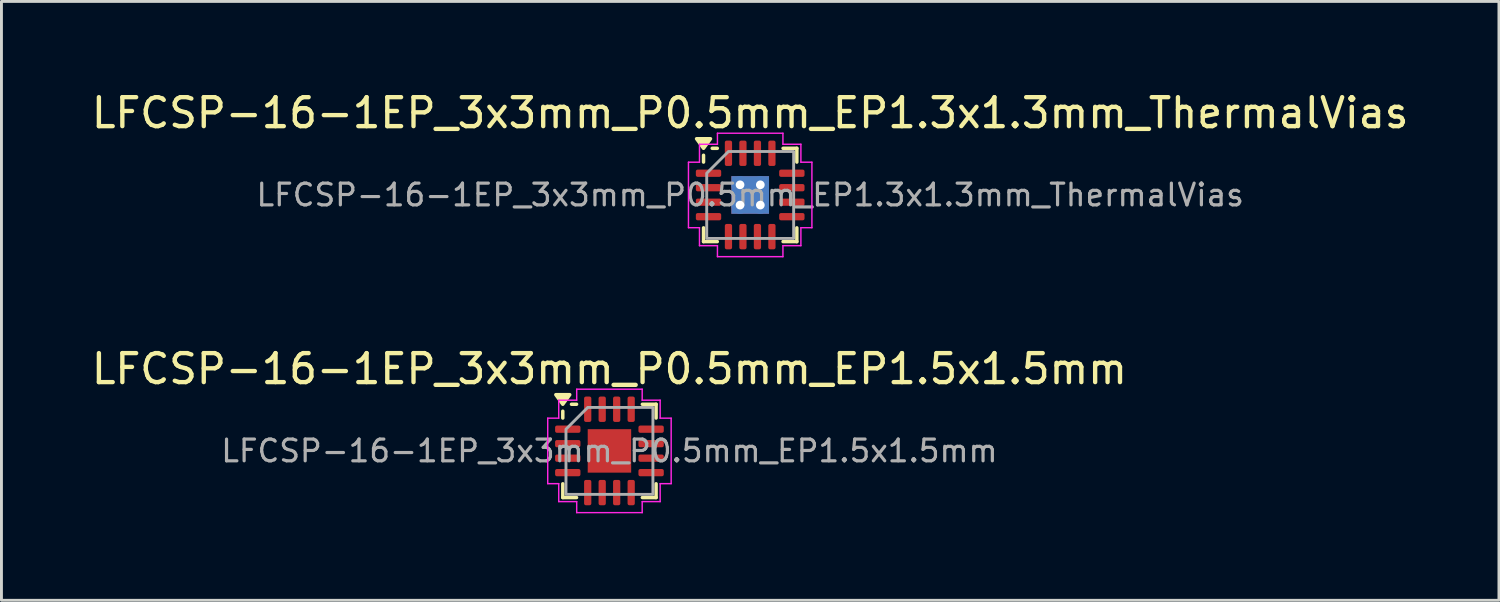
<source format=kicad_pcb>
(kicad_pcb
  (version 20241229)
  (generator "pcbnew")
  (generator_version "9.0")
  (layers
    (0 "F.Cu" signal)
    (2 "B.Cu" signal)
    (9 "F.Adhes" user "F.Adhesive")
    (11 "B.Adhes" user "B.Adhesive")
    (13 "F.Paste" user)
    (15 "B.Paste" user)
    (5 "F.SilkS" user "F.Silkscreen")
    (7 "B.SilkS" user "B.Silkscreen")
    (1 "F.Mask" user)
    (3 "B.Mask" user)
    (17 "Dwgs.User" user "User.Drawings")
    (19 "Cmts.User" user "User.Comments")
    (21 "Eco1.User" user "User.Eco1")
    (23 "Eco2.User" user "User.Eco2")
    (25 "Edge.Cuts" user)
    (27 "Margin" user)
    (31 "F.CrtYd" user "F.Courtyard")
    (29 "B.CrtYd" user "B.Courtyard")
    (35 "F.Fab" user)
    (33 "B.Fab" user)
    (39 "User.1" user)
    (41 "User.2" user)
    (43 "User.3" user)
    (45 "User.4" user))
  (footprint "LFCSP-16-1EP_3x3mm_P0.5mm_EP1.5x1.5mm"
    (layer "F.Cu")
    (at 17.982 12.511)
    (property "Reference" "LFCSP-16-1EP_3x3mm_P0.5mm_EP1.5x1.5mm" (at 0 -2.83 0) (layer "F.SilkS") (effects (font (size 1 1) (thickness 0.15))))
    (attr smd)
    (fp_line (start -1.61 -1.135) (end -1.61 -1.37) (stroke (width 0.12) (type solid)) (layer "F.SilkS"))
    (fp_line (start -1.61 1.61) (end -1.61 1.135) (stroke (width 0.12) (type solid)) (layer "F.SilkS"))
    (fp_line (start -1.135 -1.61) (end -1.31 -1.61) (stroke (width 0.12) (type solid)) (layer "F.SilkS"))
    (fp_line (start -1.135 1.61) (end -1.61 1.61) (stroke (width 0.12) (type solid)) (layer "F.SilkS"))
    (fp_line (start 1.135 -1.61) (end 1.61 -1.61) (stroke (width 0.12) (type solid)) (layer "F.SilkS"))
    (fp_line (start 1.135 1.61) (end 1.61 1.61) (stroke (width 0.12) (type solid)) (layer "F.SilkS"))
    (fp_line (start 1.61 -1.61) (end 1.61 -1.135) (stroke (width 0.12) (type solid)) (layer "F.SilkS"))
    (fp_line (start 1.61 1.61) (end 1.61 1.135) (stroke (width 0.12) (type solid)) (layer "F.SilkS"))
    (fp_poly (pts (xy -1.61 -1.61) (xy -1.85 -1.94) (xy -1.37 -1.94)) (stroke (width 0.12) (type solid)) (fill yes) (layer "F.SilkS"))
    (fp_line (start -2.13 -1.13) (end -1.75 -1.13) (stroke (width 0.05) (type solid)) (layer "F.CrtYd"))
    (fp_line (start -2.13 1.13) (end -2.13 -1.13) (stroke (width 0.05) (type solid)) (layer "F.CrtYd"))
    (fp_line (start -1.75 -1.75) (end -1.13 -1.75) (stroke (width 0.05) (type solid)) (layer "F.CrtYd"))
    (fp_line (start -1.75 -1.13) (end -1.75 -1.75) (stroke (width 0.05) (type solid)) (layer "F.CrtYd"))
    (fp_line (start -1.75 1.13) (end -2.13 1.13) (stroke (width 0.05) (type solid)) (layer "F.CrtYd"))
    (fp_line (start -1.75 1.75) (end -1.75 1.13) (stroke (width 0.05) (type solid)) (layer "F.CrtYd"))
    (fp_line (start -1.13 -2.13) (end 1.13 -2.13) (stroke (width 0.05) (type solid)) (layer "F.CrtYd"))
    (fp_line (start -1.13 -1.75) (end -1.13 -2.13) (stroke (width 0.05) (type solid)) (layer "F.CrtYd"))
    (fp_line (start -1.13 1.75) (end -1.75 1.75) (stroke (width 0.05) (type solid)) (layer "F.CrtYd"))
    (fp_line (start -1.13 2.13) (end -1.13 1.75) (stroke (width 0.05) (type solid)) (layer "F.CrtYd"))
    (fp_line (start 1.13 -2.13) (end 1.13 -1.75) (stroke (width 0.05) (type solid)) (layer "F.CrtYd"))
    (fp_line (start 1.13 -1.75) (end 1.75 -1.75) (stroke (width 0.05) (type solid)) (layer "F.CrtYd"))
    (fp_line (start 1.13 1.75) (end 1.13 2.13) (stroke (width 0.05) (type solid)) (layer "F.CrtYd"))
    (fp_line (start 1.13 2.13) (end -1.13 2.13) (stroke (width 0.05) (type solid)) (layer "F.CrtYd"))
    (fp_line (start 1.75 -1.75) (end 1.75 -1.13) (stroke (width 0.05) (type solid)) (layer "F.CrtYd"))
    (fp_line (start 1.75 -1.13) (end 2.13 -1.13) (stroke (width 0.05) (type solid)) (layer "F.CrtYd"))
    (fp_line (start 1.75 1.13) (end 1.75 1.75) (stroke (width 0.05) (type solid)) (layer "F.CrtYd"))
    (fp_line (start 1.75 1.75) (end 1.13 1.75) (stroke (width 0.05) (type solid)) (layer "F.CrtYd"))
    (fp_line (start 2.13 -1.13) (end 2.13 1.13) (stroke (width 0.05) (type solid)) (layer "F.CrtYd"))
    (fp_line (start 2.13 1.13) (end 1.75 1.13) (stroke (width 0.05) (type solid)) (layer "F.CrtYd"))
    (fp_poly (pts (xy -1.5 -0.75) (xy -1.5 1.5) (xy 1.5 1.5) (xy 1.5 -1.5) (xy -0.75 -1.5)) (stroke (width 0.1) (type solid)) (fill no) (layer "F.Fab"))
    (fp_text user "${REFERENCE}" (at 0 0 0) (layer "F.Fab") (effects (font (size 0.75 0.75) (thickness 0.11))))
    (pad "" smd roundrect (at -0.375 -0.375) (size 0.6 0.6) (layers "F.Paste") (roundrect_rratio 0.25))
    (pad "" smd roundrect (at -0.375 0.375) (size 0.6 0.6) (layers "F.Paste") (roundrect_rratio 0.25))
    (pad "" smd roundrect (at 0.375 -0.375) (size 0.6 0.6) (layers "F.Paste") (roundrect_rratio 0.25))
    (pad "" smd roundrect (at 0.375 0.375) (size 0.6 0.6) (layers "F.Paste") (roundrect_rratio 0.25))
    (pad "1" smd roundrect (at -1.438 -0.75) (size 0.875 0.25) (layers "F.Cu" "F.Mask" "F.Paste") (roundrect_rratio 0.25))
    (pad "2" smd roundrect (at -1.438 -0.25) (size 0.875 0.25) (layers "F.Cu" "F.Mask" "F.Paste") (roundrect_rratio 0.25))
    (pad "3" smd roundrect (at -1.438 0.25) (size 0.875 0.25) (layers "F.Cu" "F.Mask" "F.Paste") (roundrect_rratio 0.25))
    (pad "4" smd roundrect (at -1.438 0.75) (size 0.875 0.25) (layers "F.Cu" "F.Mask" "F.Paste") (roundrect_rratio 0.25))
    (pad "5" smd roundrect (at -0.75 1.438) (size 0.25 0.875) (layers "F.Cu" "F.Mask" "F.Paste") (roundrect_rratio 0.25))
    (pad "6" smd roundrect (at -0.25 1.438) (size 0.25 0.875) (layers "F.Cu" "F.Mask" "F.Paste") (roundrect_rratio 0.25))
    (pad "7" smd roundrect (at 0.25 1.438) (size 0.25 0.875) (layers "F.Cu" "F.Mask" "F.Paste") (roundrect_rratio 0.25))
    (pad "8" smd roundrect (at 0.75 1.438) (size 0.25 0.875) (layers "F.Cu" "F.Mask" "F.Paste") (roundrect_rratio 0.25))
    (pad "9" smd roundrect (at 1.438 0.75) (size 0.875 0.25) (layers "F.Cu" "F.Mask" "F.Paste") (roundrect_rratio 0.25))
    (pad "10" smd roundrect (at 1.438 0.25) (size 0.875 0.25) (layers "F.Cu" "F.Mask" "F.Paste") (roundrect_rratio 0.25))
    (pad "11" smd roundrect (at 1.438 -0.25) (size 0.875 0.25) (layers "F.Cu" "F.Mask" "F.Paste") (roundrect_rratio 0.25))
    (pad "12" smd roundrect (at 1.438 -0.75) (size 0.875 0.25) (layers "F.Cu" "F.Mask" "F.Paste") (roundrect_rratio 0.25))
    (pad "13" smd roundrect (at 0.75 -1.438) (size 0.25 0.875) (layers "F.Cu" "F.Mask" "F.Paste") (roundrect_rratio 0.25))
    (pad "14" smd roundrect (at 0.25 -1.438) (size 0.25 0.875) (layers "F.Cu" "F.Mask" "F.Paste") (roundrect_rratio 0.25))
    (pad "15" smd roundrect (at -0.25 -1.438) (size 0.25 0.875) (layers "F.Cu" "F.Mask" "F.Paste") (roundrect_rratio 0.25))
    (pad "16" smd roundrect (at -0.75 -1.438) (size 0.25 0.875) (layers "F.Cu" "F.Mask" "F.Paste") (roundrect_rratio 0.25))
    (pad "17" smd rect (at 0 0) (size 1.5 1.5) (property pad_prop_heatsink) (layers "F.Cu" "F.Mask")))
  (footprint "LFCSP-16-1EP_3x3mm_P0.5mm_EP1.3x1.3mm_ThermalVias"
    (layer "F.Cu")
    (at 22.839 3.678)
    (property "Reference" "LFCSP-16-1EP_3x3mm_P0.5mm_EP1.3x1.3mm_ThermalVias" (at 0 -2.83 0) (layer "F.SilkS") (effects (font (size 1 1) (thickness 0.15))))
    (attr smd)
    (fp_line (start -1.61 -1.135) (end -1.61 -1.37) (stroke (width 0.12) (type solid)) (layer "F.SilkS"))
    (fp_line (start -1.61 1.61) (end -1.61 1.135) (stroke (width 0.12) (type solid)) (layer "F.SilkS"))
    (fp_line (start -1.135 -1.61) (end -1.31 -1.61) (stroke (width 0.12) (type solid)) (layer "F.SilkS"))
    (fp_line (start -1.135 1.61) (end -1.61 1.61) (stroke (width 0.12) (type solid)) (layer "F.SilkS"))
    (fp_line (start 1.135 -1.61) (end 1.61 -1.61) (stroke (width 0.12) (type solid)) (layer "F.SilkS"))
    (fp_line (start 1.135 1.61) (end 1.61 1.61) (stroke (width 0.12) (type solid)) (layer "F.SilkS"))
    (fp_line (start 1.61 -1.61) (end 1.61 -1.135) (stroke (width 0.12) (type solid)) (layer "F.SilkS"))
    (fp_line (start 1.61 1.61) (end 1.61 1.135) (stroke (width 0.12) (type solid)) (layer "F.SilkS"))
    (fp_poly (pts (xy -1.61 -1.61) (xy -1.85 -1.94) (xy -1.37 -1.94)) (stroke (width 0.12) (type solid)) (fill yes) (layer "F.SilkS"))
    (fp_line (start -2.13 -1.13) (end -1.75 -1.13) (stroke (width 0.05) (type solid)) (layer "F.CrtYd"))
    (fp_line (start -2.13 1.13) (end -2.13 -1.13) (stroke (width 0.05) (type solid)) (layer "F.CrtYd"))
    (fp_line (start -1.75 -1.75) (end -1.13 -1.75) (stroke (width 0.05) (type solid)) (layer "F.CrtYd"))
    (fp_line (start -1.75 -1.13) (end -1.75 -1.75) (stroke (width 0.05) (type solid)) (layer "F.CrtYd"))
    (fp_line (start -1.75 1.13) (end -2.13 1.13) (stroke (width 0.05) (type solid)) (layer "F.CrtYd"))
    (fp_line (start -1.75 1.75) (end -1.75 1.13) (stroke (width 0.05) (type solid)) (layer "F.CrtYd"))
    (fp_line (start -1.13 -2.13) (end 1.13 -2.13) (stroke (width 0.05) (type solid)) (layer "F.CrtYd"))
    (fp_line (start -1.13 -1.75) (end -1.13 -2.13) (stroke (width 0.05) (type solid)) (layer "F.CrtYd"))
    (fp_line (start -1.13 1.75) (end -1.75 1.75) (stroke (width 0.05) (type solid)) (layer "F.CrtYd"))
    (fp_line (start -1.13 2.13) (end -1.13 1.75) (stroke (width 0.05) (type solid)) (layer "F.CrtYd"))
    (fp_line (start 1.13 -2.13) (end 1.13 -1.75) (stroke (width 0.05) (type solid)) (layer "F.CrtYd"))
    (fp_line (start 1.13 -1.75) (end 1.75 -1.75) (stroke (width 0.05) (type solid)) (layer "F.CrtYd"))
    (fp_line (start 1.13 1.75) (end 1.13 2.13) (stroke (width 0.05) (type solid)) (layer "F.CrtYd"))
    (fp_line (start 1.13 2.13) (end -1.13 2.13) (stroke (width 0.05) (type solid)) (layer "F.CrtYd"))
    (fp_line (start 1.75 -1.75) (end 1.75 -1.13) (stroke (width 0.05) (type solid)) (layer "F.CrtYd"))
    (fp_line (start 1.75 -1.13) (end 2.13 -1.13) (stroke (width 0.05) (type solid)) (layer "F.CrtYd"))
    (fp_line (start 1.75 1.13) (end 1.75 1.75) (stroke (width 0.05) (type solid)) (layer "F.CrtYd"))
    (fp_line (start 1.75 1.75) (end 1.13 1.75) (stroke (width 0.05) (type solid)) (layer "F.CrtYd"))
    (fp_line (start 2.13 -1.13) (end 2.13 1.13) (stroke (width 0.05) (type solid)) (layer "F.CrtYd"))
    (fp_line (start 2.13 1.13) (end 1.75 1.13) (stroke (width 0.05) (type solid)) (layer "F.CrtYd"))
    (fp_poly (pts (xy -1.5 -0.75) (xy -1.5 1.5) (xy 1.5 1.5) (xy 1.5 -1.5) (xy -0.75 -1.5)) (stroke (width 0.1) (type solid)) (fill no) (layer "F.Fab"))
    (fp_text user "${REFERENCE}" (at 0 0 0) (layer "F.Fab") (effects (font (size 0.75 0.75) (thickness 0.11))))
    (pad "" smd roundrect (at -0.325 -0.325) (size 0.52 0.52) (layers "F.Paste") (roundrect_rratio 0.25))
    (pad "" smd roundrect (at -0.325 0.325) (size 0.52 0.52) (layers "F.Paste") (roundrect_rratio 0.25))
    (pad "" smd roundrect (at 0.325 -0.325) (size 0.52 0.52) (layers "F.Paste") (roundrect_rratio 0.25))
    (pad "" smd roundrect (at 0.325 0.325) (size 0.52 0.52) (layers "F.Paste") (roundrect_rratio 0.25))
    (pad "1" smd roundrect (at -1.438 -0.75) (size 0.875 0.25) (layers "F.Cu" "F.Mask" "F.Paste") (roundrect_rratio 0.25))
    (pad "2" smd roundrect (at -1.438 -0.25) (size 0.875 0.25) (layers "F.Cu" "F.Mask" "F.Paste") (roundrect_rratio 0.25))
    (pad "3" smd roundrect (at -1.438 0.25) (size 0.875 0.25) (layers "F.Cu" "F.Mask" "F.Paste") (roundrect_rratio 0.25))
    (pad "4" smd roundrect (at -1.438 0.75) (size 0.875 0.25) (layers "F.Cu" "F.Mask" "F.Paste") (roundrect_rratio 0.25))
    (pad "5" smd roundrect (at -0.75 1.438) (size 0.25 0.875) (layers "F.Cu" "F.Mask" "F.Paste") (roundrect_rratio 0.25))
    (pad "6" smd roundrect (at -0.25 1.438) (size 0.25 0.875) (layers "F.Cu" "F.Mask" "F.Paste") (roundrect_rratio 0.25))
    (pad "7" smd roundrect (at 0.25 1.438) (size 0.25 0.875) (layers "F.Cu" "F.Mask" "F.Paste") (roundrect_rratio 0.25))
    (pad "8" smd roundrect (at 0.75 1.438) (size 0.25 0.875) (layers "F.Cu" "F.Mask" "F.Paste") (roundrect_rratio 0.25))
    (pad "9" smd roundrect (at 1.438 0.75) (size 0.875 0.25) (layers "F.Cu" "F.Mask" "F.Paste") (roundrect_rratio 0.25))
    (pad "10" smd roundrect (at 1.438 0.25) (size 0.875 0.25) (layers "F.Cu" "F.Mask" "F.Paste") (roundrect_rratio 0.25))
    (pad "11" smd roundrect (at 1.438 -0.25) (size 0.875 0.25) (layers "F.Cu" "F.Mask" "F.Paste") (roundrect_rratio 0.25))
    (pad "12" smd roundrect (at 1.438 -0.75) (size 0.875 0.25) (layers "F.Cu" "F.Mask" "F.Paste") (roundrect_rratio 0.25))
    (pad "13" smd roundrect (at 0.75 -1.438) (size 0.25 0.875) (layers "F.Cu" "F.Mask" "F.Paste") (roundrect_rratio 0.25))
    (pad "14" smd roundrect (at 0.25 -1.438) (size 0.25 0.875) (layers "F.Cu" "F.Mask" "F.Paste") (roundrect_rratio 0.25))
    (pad "15" smd roundrect (at -0.25 -1.438) (size 0.25 0.875) (layers "F.Cu" "F.Mask" "F.Paste") (roundrect_rratio 0.25))
    (pad "16" smd roundrect (at -0.75 -1.438) (size 0.25 0.875) (layers "F.Cu" "F.Mask" "F.Paste") (roundrect_rratio 0.25))
    (pad "17" thru_hole circle (at -0.35 -0.35) (size 0.6 0.6) (drill 0.3) (property pad_prop_heatsink) (layers "*.Cu"))
    (pad "17" thru_hole circle (at -0.35 0.35) (size 0.6 0.6) (drill 0.3) (property pad_prop_heatsink) (layers "*.Cu"))
    (pad "17" smd rect (at 0 0) (size 1.3 1.3) (property pad_prop_heatsink) (layers "F.Cu" "F.Mask"))
    (pad "17" smd rect (at 0 0) (size 1.3 1.3) (property pad_prop_heatsink) (layers "B.Cu"))
    (pad "17" thru_hole circle (at 0.35 -0.35) (size 0.6 0.6) (drill 0.3) (property pad_prop_heatsink) (layers "*.Cu"))
    (pad "17" thru_hole circle (at 0.35 0.35) (size 0.6 0.6) (drill 0.3) (property pad_prop_heatsink) (layers "*.Cu")))
  (gr_rect
    (start -3 -3)
    (end 48.679 17.666)
    (stroke (width 0.1) (type default))
    (fill no)
    (layer "Edge.Cuts")))
</source>
